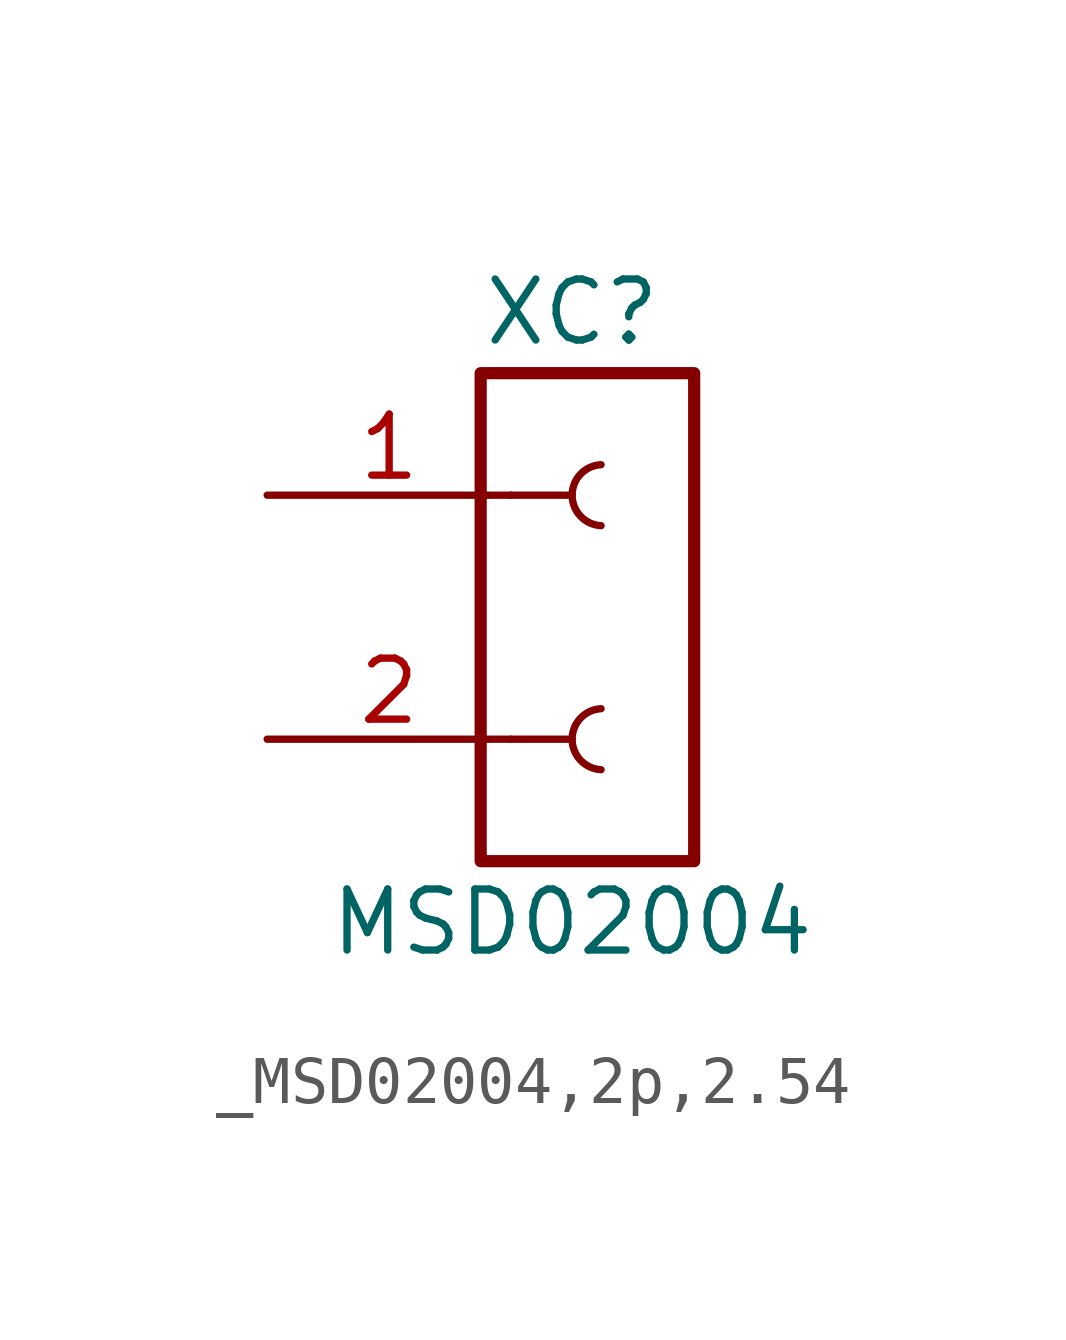
<source format=kicad_sym>
(kicad_symbol_lib
  (version 20220914)
  (generator kicad_symbol_editor)
  (symbol "_MSD02004,2p,2.54"
    (pin_names
      (offset 1.016) hide)
    (property "Reference" "XC"
      (at 0 6.35 0)
      (effects (font (size 1.27 1.27))))
    (property "Value" "MSD02004"
      (at 0 -6.35 0)
      (effects (font (size 1.27 1.27))))
    (symbol "_MSD02004,2p,2.54_0_1"
      (arc (start 0.6012 -1.905) (mid -0.0009 -2.54) (end 0.6012 -3.175) (stroke (width 0) (type default)) (fill (type none)))
      (arc (start 0.6012 3.175) (mid -0.0009 2.54) (end 0.6012 1.905) (stroke (width 0) (type default)) (fill (type none))))
    (symbol "_MSD02004,2p,2.54_1_0"
      (polyline (pts (xy -1.27 -2.54) (xy 0 -2.54)) (stroke (width 0) (type default)) (fill (type none)))
      (polyline (pts (xy -1.27 2.54) (xy 0 2.54)) (stroke (width 0) (type default)) (fill (type none))))
    (symbol "_MSD02004,2p,2.54_1_1"
      (rectangle (start -1.905 5.08) (end 2.54 -5.08) (stroke (width 0.254) (type default)) (fill (type none)))
      (pin passive line (at -6.35 2.54 0) (length 5.08) (name "1" (effects (font (size 1.27 1.27)))) (number "1" (effects (font (size 1.27 1.27)))))
      (pin passive line (at -6.35 -2.54 0) (length 5.08) (name "2" (effects (font (size 1.27 1.27)))) (number "2" (effects (font (size 1.27 1.27))))))))
</source>
